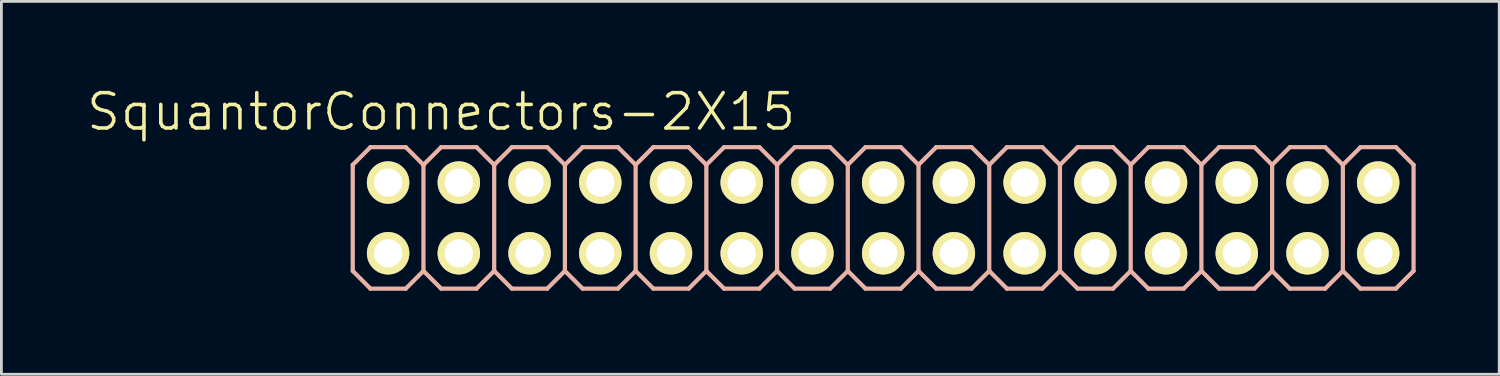
<source format=kicad_pcb>
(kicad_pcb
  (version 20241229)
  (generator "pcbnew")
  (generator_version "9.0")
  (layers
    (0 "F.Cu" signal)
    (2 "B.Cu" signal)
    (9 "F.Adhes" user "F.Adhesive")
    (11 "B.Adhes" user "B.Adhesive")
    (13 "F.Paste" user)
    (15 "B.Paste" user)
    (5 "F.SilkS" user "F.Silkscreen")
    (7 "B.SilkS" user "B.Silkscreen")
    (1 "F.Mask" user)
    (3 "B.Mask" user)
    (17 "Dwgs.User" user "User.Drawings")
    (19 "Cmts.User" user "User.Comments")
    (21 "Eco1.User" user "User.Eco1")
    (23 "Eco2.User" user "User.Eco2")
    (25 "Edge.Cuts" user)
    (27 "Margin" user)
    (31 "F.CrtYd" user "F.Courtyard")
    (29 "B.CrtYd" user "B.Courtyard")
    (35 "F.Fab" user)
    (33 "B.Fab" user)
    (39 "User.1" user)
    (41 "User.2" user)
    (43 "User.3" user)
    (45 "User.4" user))
  (footprint "SquantorConnectors-2X15"
    (layer "F.Cu")
    (at 28.669 4.776)
    (property "Reference" "SquantorConnectors-2X15" (at -15.875 -3.81 0) (layer "F.SilkS") (effects (font (size 1.27 1.27) (thickness 0.127))))
    (attr exclude_from_pos_files exclude_from_bom)
    (fp_line (start -18.034 -1.524) (end -17.523 -1.524) (stroke (width 0.066) (type solid)) (layer "F.SilkS"))
    (fp_line (start -18.034 -1.016) (end -18.034 -1.524) (stroke (width 0.066) (type solid)) (layer "F.SilkS"))
    (fp_line (start -18.034 -1.016) (end -17.523 -1.016) (stroke (width 0.066) (type solid)) (layer "F.SilkS"))
    (fp_line (start -18.034 1.016) (end -17.523 1.016) (stroke (width 0.066) (type solid)) (layer "F.SilkS"))
    (fp_line (start -18.034 1.524) (end -18.034 1.016) (stroke (width 0.066) (type solid)) (layer "F.SilkS"))
    (fp_line (start -18.034 1.524) (end -17.523 1.524) (stroke (width 0.066) (type solid)) (layer "F.SilkS"))
    (fp_line (start -17.523 -1.016) (end -17.523 -1.524) (stroke (width 0.066) (type solid)) (layer "F.SilkS"))
    (fp_line (start -17.523 1.524) (end -17.523 1.016) (stroke (width 0.066) (type solid)) (layer "F.SilkS"))
    (fp_line (start -15.494 -1.524) (end -14.986 -1.524) (stroke (width 0.066) (type solid)) (layer "F.SilkS"))
    (fp_line (start -15.494 -1.016) (end -15.494 -1.524) (stroke (width 0.066) (type solid)) (layer "F.SilkS"))
    (fp_line (start -15.494 -1.016) (end -14.986 -1.016) (stroke (width 0.066) (type solid)) (layer "F.SilkS"))
    (fp_line (start -15.494 1.016) (end -14.986 1.016) (stroke (width 0.066) (type solid)) (layer "F.SilkS"))
    (fp_line (start -15.494 1.524) (end -15.494 1.016) (stroke (width 0.066) (type solid)) (layer "F.SilkS"))
    (fp_line (start -15.494 1.524) (end -14.986 1.524) (stroke (width 0.066) (type solid)) (layer "F.SilkS"))
    (fp_line (start -14.986 -1.016) (end -14.986 -1.524) (stroke (width 0.066) (type solid)) (layer "F.SilkS"))
    (fp_line (start -14.986 1.524) (end -14.986 1.016) (stroke (width 0.066) (type solid)) (layer "F.SilkS"))
    (fp_line (start -12.954 -1.524) (end -12.446 -1.524) (stroke (width 0.066) (type solid)) (layer "F.SilkS"))
    (fp_line (start -12.954 -1.016) (end -12.954 -1.524) (stroke (width 0.066) (type solid)) (layer "F.SilkS"))
    (fp_line (start -12.954 -1.016) (end -12.446 -1.016) (stroke (width 0.066) (type solid)) (layer "F.SilkS"))
    (fp_line (start -12.954 1.016) (end -12.446 1.016) (stroke (width 0.066) (type solid)) (layer "F.SilkS"))
    (fp_line (start -12.954 1.524) (end -12.954 1.016) (stroke (width 0.066) (type solid)) (layer "F.SilkS"))
    (fp_line (start -12.954 1.524) (end -12.446 1.524) (stroke (width 0.066) (type solid)) (layer "F.SilkS"))
    (fp_line (start -12.446 -1.016) (end -12.446 -1.524) (stroke (width 0.066) (type solid)) (layer "F.SilkS"))
    (fp_line (start -12.446 1.524) (end -12.446 1.016) (stroke (width 0.066) (type solid)) (layer "F.SilkS"))
    (fp_line (start -10.414 -1.524) (end -9.906 -1.524) (stroke (width 0.066) (type solid)) (layer "F.SilkS"))
    (fp_line (start -10.414 -1.016) (end -10.414 -1.524) (stroke (width 0.066) (type solid)) (layer "F.SilkS"))
    (fp_line (start -10.414 -1.016) (end -9.906 -1.016) (stroke (width 0.066) (type solid)) (layer "F.SilkS"))
    (fp_line (start -10.414 1.016) (end -9.906 1.016) (stroke (width 0.066) (type solid)) (layer "F.SilkS"))
    (fp_line (start -10.414 1.524) (end -10.414 1.016) (stroke (width 0.066) (type solid)) (layer "F.SilkS"))
    (fp_line (start -10.414 1.524) (end -9.906 1.524) (stroke (width 0.066) (type solid)) (layer "F.SilkS"))
    (fp_line (start -9.906 -1.016) (end -9.906 -1.524) (stroke (width 0.066) (type solid)) (layer "F.SilkS"))
    (fp_line (start -9.906 1.524) (end -9.906 1.016) (stroke (width 0.066) (type solid)) (layer "F.SilkS"))
    (fp_line (start -7.874 -1.524) (end -7.366 -1.524) (stroke (width 0.066) (type solid)) (layer "F.SilkS"))
    (fp_line (start -7.874 -1.016) (end -7.874 -1.524) (stroke (width 0.066) (type solid)) (layer "F.SilkS"))
    (fp_line (start -7.874 -1.016) (end -7.366 -1.016) (stroke (width 0.066) (type solid)) (layer "F.SilkS"))
    (fp_line (start -7.874 1.016) (end -7.366 1.016) (stroke (width 0.066) (type solid)) (layer "F.SilkS"))
    (fp_line (start -7.874 1.524) (end -7.874 1.016) (stroke (width 0.066) (type solid)) (layer "F.SilkS"))
    (fp_line (start -7.874 1.524) (end -7.366 1.524) (stroke (width 0.066) (type solid)) (layer "F.SilkS"))
    (fp_line (start -7.366 -1.016) (end -7.366 -1.524) (stroke (width 0.066) (type solid)) (layer "F.SilkS"))
    (fp_line (start -7.366 1.524) (end -7.366 1.016) (stroke (width 0.066) (type solid)) (layer "F.SilkS"))
    (fp_line (start -5.334 -1.524) (end -4.826 -1.524) (stroke (width 0.066) (type solid)) (layer "F.SilkS"))
    (fp_line (start -5.334 -1.016) (end -5.334 -1.524) (stroke (width 0.066) (type solid)) (layer "F.SilkS"))
    (fp_line (start -5.334 -1.016) (end -4.826 -1.016) (stroke (width 0.066) (type solid)) (layer "F.SilkS"))
    (fp_line (start -5.334 1.016) (end -4.826 1.016) (stroke (width 0.066) (type solid)) (layer "F.SilkS"))
    (fp_line (start -5.334 1.524) (end -5.334 1.016) (stroke (width 0.066) (type solid)) (layer "F.SilkS"))
    (fp_line (start -5.334 1.524) (end -4.826 1.524) (stroke (width 0.066) (type solid)) (layer "F.SilkS"))
    (fp_line (start -4.826 -1.016) (end -4.826 -1.524) (stroke (width 0.066) (type solid)) (layer "F.SilkS"))
    (fp_line (start -4.826 1.524) (end -4.826 1.016) (stroke (width 0.066) (type solid)) (layer "F.SilkS"))
    (fp_line (start -2.794 -1.524) (end -2.286 -1.524) (stroke (width 0.066) (type solid)) (layer "F.SilkS"))
    (fp_line (start -2.794 -1.016) (end -2.794 -1.524) (stroke (width 0.066) (type solid)) (layer "F.SilkS"))
    (fp_line (start -2.794 -1.016) (end -2.286 -1.016) (stroke (width 0.066) (type solid)) (layer "F.SilkS"))
    (fp_line (start -2.794 1.016) (end -2.286 1.016) (stroke (width 0.066) (type solid)) (layer "F.SilkS"))
    (fp_line (start -2.794 1.524) (end -2.794 1.016) (stroke (width 0.066) (type solid)) (layer "F.SilkS"))
    (fp_line (start -2.794 1.524) (end -2.286 1.524) (stroke (width 0.066) (type solid)) (layer "F.SilkS"))
    (fp_line (start -2.286 -1.016) (end -2.286 -1.524) (stroke (width 0.066) (type solid)) (layer "F.SilkS"))
    (fp_line (start -2.286 1.524) (end -2.286 1.016) (stroke (width 0.066) (type solid)) (layer "F.SilkS"))
    (fp_line (start -0.254 -1.524) (end 0.254 -1.524) (stroke (width 0.066) (type solid)) (layer "F.SilkS"))
    (fp_line (start -0.254 -1.016) (end -0.254 -1.524) (stroke (width 0.066) (type solid)) (layer "F.SilkS"))
    (fp_line (start -0.254 -1.016) (end 0.254 -1.016) (stroke (width 0.066) (type solid)) (layer "F.SilkS"))
    (fp_line (start -0.254 1.016) (end 0.254 1.016) (stroke (width 0.066) (type solid)) (layer "F.SilkS"))
    (fp_line (start -0.254 1.524) (end -0.254 1.016) (stroke (width 0.066) (type solid)) (layer "F.SilkS"))
    (fp_line (start -0.254 1.524) (end 0.254 1.524) (stroke (width 0.066) (type solid)) (layer "F.SilkS"))
    (fp_line (start 0.254 -1.016) (end 0.254 -1.524) (stroke (width 0.066) (type solid)) (layer "F.SilkS"))
    (fp_line (start 0.254 1.524) (end 0.254 1.016) (stroke (width 0.066) (type solid)) (layer "F.SilkS"))
    (fp_line (start 2.286 -1.524) (end 2.794 -1.524) (stroke (width 0.066) (type solid)) (layer "F.SilkS"))
    (fp_line (start 2.286 -1.016) (end 2.286 -1.524) (stroke (width 0.066) (type solid)) (layer "F.SilkS"))
    (fp_line (start 2.286 -1.016) (end 2.794 -1.016) (stroke (width 0.066) (type solid)) (layer "F.SilkS"))
    (fp_line (start 2.286 1.016) (end 2.794 1.016) (stroke (width 0.066) (type solid)) (layer "F.SilkS"))
    (fp_line (start 2.286 1.524) (end 2.286 1.016) (stroke (width 0.066) (type solid)) (layer "F.SilkS"))
    (fp_line (start 2.286 1.524) (end 2.794 1.524) (stroke (width 0.066) (type solid)) (layer "F.SilkS"))
    (fp_line (start 2.794 -1.016) (end 2.794 -1.524) (stroke (width 0.066) (type solid)) (layer "F.SilkS"))
    (fp_line (start 2.794 1.524) (end 2.794 1.016) (stroke (width 0.066) (type solid)) (layer "F.SilkS"))
    (fp_line (start 4.826 -1.524) (end 5.334 -1.524) (stroke (width 0.066) (type solid)) (layer "F.SilkS"))
    (fp_line (start 4.826 -1.016) (end 4.826 -1.524) (stroke (width 0.066) (type solid)) (layer "F.SilkS"))
    (fp_line (start 4.826 -1.016) (end 5.334 -1.016) (stroke (width 0.066) (type solid)) (layer "F.SilkS"))
    (fp_line (start 4.826 1.016) (end 5.334 1.016) (stroke (width 0.066) (type solid)) (layer "F.SilkS"))
    (fp_line (start 4.826 1.524) (end 4.826 1.016) (stroke (width 0.066) (type solid)) (layer "F.SilkS"))
    (fp_line (start 4.826 1.524) (end 5.334 1.524) (stroke (width 0.066) (type solid)) (layer "F.SilkS"))
    (fp_line (start 5.334 -1.016) (end 5.334 -1.524) (stroke (width 0.066) (type solid)) (layer "F.SilkS"))
    (fp_line (start 5.334 1.524) (end 5.334 1.016) (stroke (width 0.066) (type solid)) (layer "F.SilkS"))
    (fp_line (start 7.366 -1.524) (end 7.874 -1.524) (stroke (width 0.066) (type solid)) (layer "F.SilkS"))
    (fp_line (start 7.366 -1.016) (end 7.366 -1.524) (stroke (width 0.066) (type solid)) (layer "F.SilkS"))
    (fp_line (start 7.366 -1.016) (end 7.874 -1.016) (stroke (width 0.066) (type solid)) (layer "F.SilkS"))
    (fp_line (start 7.366 1.016) (end 7.874 1.016) (stroke (width 0.066) (type solid)) (layer "F.SilkS"))
    (fp_line (start 7.366 1.524) (end 7.366 1.016) (stroke (width 0.066) (type solid)) (layer "F.SilkS"))
    (fp_line (start 7.366 1.524) (end 7.874 1.524) (stroke (width 0.066) (type solid)) (layer "F.SilkS"))
    (fp_line (start 7.874 -1.016) (end 7.874 -1.524) (stroke (width 0.066) (type solid)) (layer "F.SilkS"))
    (fp_line (start 7.874 1.524) (end 7.874 1.016) (stroke (width 0.066) (type solid)) (layer "F.SilkS"))
    (fp_line (start 9.906 -1.524) (end 10.414 -1.524) (stroke (width 0.066) (type solid)) (layer "F.SilkS"))
    (fp_line (start 9.906 -1.016) (end 9.906 -1.524) (stroke (width 0.066) (type solid)) (layer "F.SilkS"))
    (fp_line (start 9.906 -1.016) (end 10.414 -1.016) (stroke (width 0.066) (type solid)) (layer "F.SilkS"))
    (fp_line (start 9.906 1.016) (end 10.414 1.016) (stroke (width 0.066) (type solid)) (layer "F.SilkS"))
    (fp_line (start 9.906 1.524) (end 9.906 1.016) (stroke (width 0.066) (type solid)) (layer "F.SilkS"))
    (fp_line (start 9.906 1.524) (end 10.414 1.524) (stroke (width 0.066) (type solid)) (layer "F.SilkS"))
    (fp_line (start 10.414 -1.016) (end 10.414 -1.524) (stroke (width 0.066) (type solid)) (layer "F.SilkS"))
    (fp_line (start 10.414 1.524) (end 10.414 1.016) (stroke (width 0.066) (type solid)) (layer "F.SilkS"))
    (fp_line (start 12.446 -1.524) (end 12.954 -1.524) (stroke (width 0.066) (type solid)) (layer "F.SilkS"))
    (fp_line (start 12.446 -1.016) (end 12.446 -1.524) (stroke (width 0.066) (type solid)) (layer "F.SilkS"))
    (fp_line (start 12.446 -1.016) (end 12.954 -1.016) (stroke (width 0.066) (type solid)) (layer "F.SilkS"))
    (fp_line (start 12.446 1.016) (end 12.954 1.016) (stroke (width 0.066) (type solid)) (layer "F.SilkS"))
    (fp_line (start 12.446 1.524) (end 12.446 1.016) (stroke (width 0.066) (type solid)) (layer "F.SilkS"))
    (fp_line (start 12.446 1.524) (end 12.954 1.524) (stroke (width 0.066) (type solid)) (layer "F.SilkS"))
    (fp_line (start 12.954 -1.016) (end 12.954 -1.524) (stroke (width 0.066) (type solid)) (layer "F.SilkS"))
    (fp_line (start 12.954 1.524) (end 12.954 1.016) (stroke (width 0.066) (type solid)) (layer "F.SilkS"))
    (fp_line (start 14.986 -1.524) (end 15.494 -1.524) (stroke (width 0.066) (type solid)) (layer "F.SilkS"))
    (fp_line (start 14.986 -1.016) (end 14.986 -1.524) (stroke (width 0.066) (type solid)) (layer "F.SilkS"))
    (fp_line (start 14.986 -1.016) (end 15.494 -1.016) (stroke (width 0.066) (type solid)) (layer "F.SilkS"))
    (fp_line (start 14.986 1.016) (end 15.494 1.016) (stroke (width 0.066) (type solid)) (layer "F.SilkS"))
    (fp_line (start 14.986 1.524) (end 14.986 1.016) (stroke (width 0.066) (type solid)) (layer "F.SilkS"))
    (fp_line (start 14.986 1.524) (end 15.494 1.524) (stroke (width 0.066) (type solid)) (layer "F.SilkS"))
    (fp_line (start 15.494 -1.016) (end 15.494 -1.524) (stroke (width 0.066) (type solid)) (layer "F.SilkS"))
    (fp_line (start 15.494 1.524) (end 15.494 1.016) (stroke (width 0.066) (type solid)) (layer "F.SilkS"))
    (fp_line (start 17.523 -1.524) (end 18.034 -1.524) (stroke (width 0.066) (type solid)) (layer "F.SilkS"))
    (fp_line (start 17.523 -1.016) (end 17.523 -1.524) (stroke (width 0.066) (type solid)) (layer "F.SilkS"))
    (fp_line (start 17.523 -1.016) (end 18.034 -1.016) (stroke (width 0.066) (type solid)) (layer "F.SilkS"))
    (fp_line (start 17.523 1.016) (end 18.034 1.016) (stroke (width 0.066) (type solid)) (layer "F.SilkS"))
    (fp_line (start 17.523 1.524) (end 17.523 1.016) (stroke (width 0.066) (type solid)) (layer "F.SilkS"))
    (fp_line (start 17.523 1.524) (end 18.034 1.524) (stroke (width 0.066) (type solid)) (layer "F.SilkS"))
    (fp_line (start 18.034 -1.016) (end 18.034 -1.524) (stroke (width 0.066) (type solid)) (layer "F.SilkS"))
    (fp_line (start 18.034 1.524) (end 18.034 1.016) (stroke (width 0.066) (type solid)) (layer "F.SilkS"))
    (fp_line (start -19.05 -1.905) (end -18.415 -2.54) (stroke (width 0.152) (type solid)) (layer "B.SilkS"))
    (fp_line (start -19.05 1.905) (end -19.05 -1.905) (stroke (width 0.152) (type solid)) (layer "B.SilkS"))
    (fp_line (start -19.05 1.905) (end -18.415 2.54) (stroke (width 0.152) (type solid)) (layer "B.SilkS"))
    (fp_line (start -18.415 -2.54) (end -17.145 -2.54) (stroke (width 0.152) (type solid)) (layer "B.SilkS"))
    (fp_line (start -18.415 2.54) (end -17.145 2.54) (stroke (width 0.152) (type solid)) (layer "B.SilkS"))
    (fp_line (start -17.145 -2.54) (end -16.51 -1.905) (stroke (width 0.152) (type solid)) (layer "B.SilkS"))
    (fp_line (start -17.145 2.54) (end -16.51 1.905) (stroke (width 0.152) (type solid)) (layer "B.SilkS"))
    (fp_line (start -16.51 -1.905) (end -16.51 1.905) (stroke (width 0.152) (type solid)) (layer "B.SilkS"))
    (fp_line (start -16.51 -1.905) (end -15.875 -2.54) (stroke (width 0.152) (type solid)) (layer "B.SilkS"))
    (fp_line (start -16.51 1.905) (end -15.875 2.54) (stroke (width 0.152) (type solid)) (layer "B.SilkS"))
    (fp_line (start -15.875 -2.54) (end -14.605 -2.54) (stroke (width 0.152) (type solid)) (layer "B.SilkS"))
    (fp_line (start -15.875 2.54) (end -14.605 2.54) (stroke (width 0.152) (type solid)) (layer "B.SilkS"))
    (fp_line (start -14.605 -2.54) (end -13.97 -1.905) (stroke (width 0.152) (type solid)) (layer "B.SilkS"))
    (fp_line (start -14.605 2.54) (end -13.97 1.905) (stroke (width 0.152) (type solid)) (layer "B.SilkS"))
    (fp_line (start -13.97 -1.905) (end -13.97 1.905) (stroke (width 0.152) (type solid)) (layer "B.SilkS"))
    (fp_line (start -13.97 -1.905) (end -13.335 -2.54) (stroke (width 0.152) (type solid)) (layer "B.SilkS"))
    (fp_line (start -13.97 1.905) (end -13.335 2.54) (stroke (width 0.152) (type solid)) (layer "B.SilkS"))
    (fp_line (start -13.335 -2.54) (end -12.065 -2.54) (stroke (width 0.152) (type solid)) (layer "B.SilkS"))
    (fp_line (start -13.335 2.54) (end -12.065 2.54) (stroke (width 0.152) (type solid)) (layer "B.SilkS"))
    (fp_line (start -12.065 -2.54) (end -11.43 -1.905) (stroke (width 0.152) (type solid)) (layer "B.SilkS"))
    (fp_line (start -12.065 2.54) (end -11.43 1.905) (stroke (width 0.152) (type solid)) (layer "B.SilkS"))
    (fp_line (start -11.43 -1.905) (end -11.43 1.905) (stroke (width 0.152) (type solid)) (layer "B.SilkS"))
    (fp_line (start -11.43 -1.905) (end -10.795 -2.54) (stroke (width 0.152) (type solid)) (layer "B.SilkS"))
    (fp_line (start -11.43 1.905) (end -10.795 2.54) (stroke (width 0.152) (type solid)) (layer "B.SilkS"))
    (fp_line (start -10.795 -2.54) (end -9.525 -2.54) (stroke (width 0.152) (type solid)) (layer "B.SilkS"))
    (fp_line (start -10.795 2.54) (end -9.525 2.54) (stroke (width 0.152) (type solid)) (layer "B.SilkS"))
    (fp_line (start -9.525 -2.54) (end -8.89 -1.905) (stroke (width 0.152) (type solid)) (layer "B.SilkS"))
    (fp_line (start -9.525 2.54) (end -8.89 1.905) (stroke (width 0.152) (type solid)) (layer "B.SilkS"))
    (fp_line (start -8.89 -1.905) (end -8.89 1.905) (stroke (width 0.152) (type solid)) (layer "B.SilkS"))
    (fp_line (start -8.89 -1.905) (end -8.255 -2.54) (stroke (width 0.152) (type solid)) (layer "B.SilkS"))
    (fp_line (start -8.89 1.905) (end -8.255 2.54) (stroke (width 0.152) (type solid)) (layer "B.SilkS"))
    (fp_line (start -8.255 -2.54) (end -6.985 -2.54) (stroke (width 0.152) (type solid)) (layer "B.SilkS"))
    (fp_line (start -8.255 2.54) (end -6.985 2.54) (stroke (width 0.152) (type solid)) (layer "B.SilkS"))
    (fp_line (start -6.985 -2.54) (end -6.35 -1.905) (stroke (width 0.152) (type solid)) (layer "B.SilkS"))
    (fp_line (start -6.985 2.54) (end -6.35 1.905) (stroke (width 0.152) (type solid)) (layer "B.SilkS"))
    (fp_line (start -6.35 -1.905) (end -6.35 1.905) (stroke (width 0.152) (type solid)) (layer "B.SilkS"))
    (fp_line (start -6.35 -1.905) (end -5.715 -2.54) (stroke (width 0.152) (type solid)) (layer "B.SilkS"))
    (fp_line (start -6.35 1.905) (end -5.715 2.54) (stroke (width 0.152) (type solid)) (layer "B.SilkS"))
    (fp_line (start -5.715 -2.54) (end -4.445 -2.54) (stroke (width 0.152) (type solid)) (layer "B.SilkS"))
    (fp_line (start -5.715 2.54) (end -4.445 2.54) (stroke (width 0.152) (type solid)) (layer "B.SilkS"))
    (fp_line (start -4.445 -2.54) (end -3.81 -1.905) (stroke (width 0.152) (type solid)) (layer "B.SilkS"))
    (fp_line (start -4.445 2.54) (end -3.81 1.905) (stroke (width 0.152) (type solid)) (layer "B.SilkS"))
    (fp_line (start -3.81 -1.905) (end -3.81 1.905) (stroke (width 0.152) (type solid)) (layer "B.SilkS"))
    (fp_line (start -3.81 -1.905) (end -3.175 -2.54) (stroke (width 0.152) (type solid)) (layer "B.SilkS"))
    (fp_line (start -3.81 1.905) (end -3.175 2.54) (stroke (width 0.152) (type solid)) (layer "B.SilkS"))
    (fp_line (start -3.175 -2.54) (end -1.905 -2.54) (stroke (width 0.152) (type solid)) (layer "B.SilkS"))
    (fp_line (start -1.905 -2.54) (end -1.27 -1.905) (stroke (width 0.152) (type solid)) (layer "B.SilkS"))
    (fp_line (start -1.905 2.54) (end -3.175 2.54) (stroke (width 0.152) (type solid)) (layer "B.SilkS"))
    (fp_line (start -1.27 -1.905) (end -1.27 1.905) (stroke (width 0.152) (type solid)) (layer "B.SilkS"))
    (fp_line (start -1.27 -1.905) (end -0.635 -2.54) (stroke (width 0.152) (type solid)) (layer "B.SilkS"))
    (fp_line (start -1.27 1.905) (end -1.905 2.54) (stroke (width 0.152) (type solid)) (layer "B.SilkS"))
    (fp_line (start -1.27 1.905) (end -0.635 2.54) (stroke (width 0.152) (type solid)) (layer "B.SilkS"))
    (fp_line (start -0.635 -2.54) (end 0.635 -2.54) (stroke (width 0.152) (type solid)) (layer "B.SilkS"))
    (fp_line (start 0.635 -2.54) (end 1.27 -1.905) (stroke (width 0.152) (type solid)) (layer "B.SilkS"))
    (fp_line (start 0.635 2.54) (end -0.635 2.54) (stroke (width 0.152) (type solid)) (layer "B.SilkS"))
    (fp_line (start 1.27 -1.905) (end 1.27 1.905) (stroke (width 0.152) (type solid)) (layer "B.SilkS"))
    (fp_line (start 1.27 -1.905) (end 1.905 -2.54) (stroke (width 0.152) (type solid)) (layer "B.SilkS"))
    (fp_line (start 1.27 1.905) (end 0.635 2.54) (stroke (width 0.152) (type solid)) (layer "B.SilkS"))
    (fp_line (start 1.27 1.905) (end 1.905 2.54) (stroke (width 0.152) (type solid)) (layer "B.SilkS"))
    (fp_line (start 1.905 -2.54) (end 3.175 -2.54) (stroke (width 0.152) (type solid)) (layer "B.SilkS"))
    (fp_line (start 3.175 -2.54) (end 3.81 -1.905) (stroke (width 0.152) (type solid)) (layer "B.SilkS"))
    (fp_line (start 3.175 2.54) (end 1.905 2.54) (stroke (width 0.152) (type solid)) (layer "B.SilkS"))
    (fp_line (start 3.81 -1.905) (end 3.81 1.905) (stroke (width 0.152) (type solid)) (layer "B.SilkS"))
    (fp_line (start 3.81 -1.905) (end 4.445 -2.54) (stroke (width 0.152) (type solid)) (layer "B.SilkS"))
    (fp_line (start 3.81 1.905) (end 3.175 2.54) (stroke (width 0.152) (type solid)) (layer "B.SilkS"))
    (fp_line (start 3.81 1.905) (end 4.445 2.54) (stroke (width 0.152) (type solid)) (layer "B.SilkS"))
    (fp_line (start 4.445 -2.54) (end 5.715 -2.54) (stroke (width 0.152) (type solid)) (layer "B.SilkS"))
    (fp_line (start 5.715 -2.54) (end 6.35 -1.905) (stroke (width 0.152) (type solid)) (layer "B.SilkS"))
    (fp_line (start 5.715 2.54) (end 4.445 2.54) (stroke (width 0.152) (type solid)) (layer "B.SilkS"))
    (fp_line (start 6.35 -1.905) (end 6.35 1.905) (stroke (width 0.152) (type solid)) (layer "B.SilkS"))
    (fp_line (start 6.35 -1.905) (end 6.985 -2.54) (stroke (width 0.152) (type solid)) (layer "B.SilkS"))
    (fp_line (start 6.35 1.905) (end 5.715 2.54) (stroke (width 0.152) (type solid)) (layer "B.SilkS"))
    (fp_line (start 6.35 1.905) (end 6.985 2.54) (stroke (width 0.152) (type solid)) (layer "B.SilkS"))
    (fp_line (start 6.985 -2.54) (end 8.255 -2.54) (stroke (width 0.152) (type solid)) (layer "B.SilkS"))
    (fp_line (start 8.255 -2.54) (end 8.89 -1.905) (stroke (width 0.152) (type solid)) (layer "B.SilkS"))
    (fp_line (start 8.255 2.54) (end 6.985 2.54) (stroke (width 0.152) (type solid)) (layer "B.SilkS"))
    (fp_line (start 8.89 -1.905) (end 8.89 1.905) (stroke (width 0.152) (type solid)) (layer "B.SilkS"))
    (fp_line (start 8.89 -1.905) (end 9.525 -2.54) (stroke (width 0.152) (type solid)) (layer "B.SilkS"))
    (fp_line (start 8.89 1.905) (end 8.255 2.54) (stroke (width 0.152) (type solid)) (layer "B.SilkS"))
    (fp_line (start 8.89 1.905) (end 9.525 2.54) (stroke (width 0.152) (type solid)) (layer "B.SilkS"))
    (fp_line (start 9.525 -2.54) (end 10.795 -2.54) (stroke (width 0.152) (type solid)) (layer "B.SilkS"))
    (fp_line (start 10.795 2.54) (end 9.525 2.54) (stroke (width 0.152) (type solid)) (layer "B.SilkS"))
    (fp_line (start 11.43 -1.905) (end 10.795 -2.54) (stroke (width 0.152) (type solid)) (layer "B.SilkS"))
    (fp_line (start 11.43 -1.905) (end 11.43 1.905) (stroke (width 0.152) (type solid)) (layer "B.SilkS"))
    (fp_line (start 11.43 -1.905) (end 12.065 -2.54) (stroke (width 0.152) (type solid)) (layer "B.SilkS"))
    (fp_line (start 11.43 1.905) (end 10.795 2.54) (stroke (width 0.152) (type solid)) (layer "B.SilkS"))
    (fp_line (start 11.43 1.905) (end 12.065 2.54) (stroke (width 0.152) (type solid)) (layer "B.SilkS"))
    (fp_line (start 13.335 -2.54) (end 12.065 -2.54) (stroke (width 0.152) (type solid)) (layer "B.SilkS"))
    (fp_line (start 13.335 -2.54) (end 13.97 -1.905) (stroke (width 0.152) (type solid)) (layer "B.SilkS"))
    (fp_line (start 13.335 2.54) (end 12.065 2.54) (stroke (width 0.152) (type solid)) (layer "B.SilkS"))
    (fp_line (start 13.97 -1.905) (end 13.97 1.905) (stroke (width 0.152) (type solid)) (layer "B.SilkS"))
    (fp_line (start 13.97 -1.905) (end 14.605 -2.54) (stroke (width 0.152) (type solid)) (layer "B.SilkS"))
    (fp_line (start 13.97 1.905) (end 13.335 2.54) (stroke (width 0.152) (type solid)) (layer "B.SilkS"))
    (fp_line (start 13.97 1.905) (end 14.605 2.54) (stroke (width 0.152) (type solid)) (layer "B.SilkS"))
    (fp_line (start 15.875 -2.54) (end 14.605 -2.54) (stroke (width 0.152) (type solid)) (layer "B.SilkS"))
    (fp_line (start 15.875 -2.54) (end 16.51 -1.905) (stroke (width 0.152) (type solid)) (layer "B.SilkS"))
    (fp_line (start 15.875 2.54) (end 14.605 2.54) (stroke (width 0.152) (type solid)) (layer "B.SilkS"))
    (fp_line (start 16.51 -1.905) (end 16.51 1.905) (stroke (width 0.152) (type solid)) (layer "B.SilkS"))
    (fp_line (start 16.51 -1.905) (end 17.145 -2.54) (stroke (width 0.152) (type solid)) (layer "B.SilkS"))
    (fp_line (start 16.51 1.905) (end 15.875 2.54) (stroke (width 0.152) (type solid)) (layer "B.SilkS"))
    (fp_line (start 17.145 2.54) (end 16.51 1.905) (stroke (width 0.152) (type solid)) (layer "B.SilkS"))
    (fp_line (start 17.145 2.54) (end 18.415 2.54) (stroke (width 0.152) (type solid)) (layer "B.SilkS"))
    (fp_line (start 18.415 -2.54) (end 17.145 -2.54) (stroke (width 0.152) (type solid)) (layer "B.SilkS"))
    (fp_line (start 18.415 -2.54) (end 19.05 -1.905) (stroke (width 0.152) (type solid)) (layer "B.SilkS"))
    (fp_line (start 19.05 -1.905) (end 19.05 1.905) (stroke (width 0.152) (type solid)) (layer "B.SilkS"))
    (fp_line (start 19.05 1.905) (end 18.415 2.54) (stroke (width 0.152) (type solid)) (layer "B.SilkS"))
    (pad "1" thru_hole circle (at -17.78 1.27) (size 1.524 1.524) (drill 1.016) (layers "*.Cu" "F.Mask" "F.SilkS" "F.Paste"))
    (pad "2" thru_hole circle (at -17.78 -1.27) (size 1.524 1.524) (drill 1.016) (layers "*.Cu" "F.Mask" "F.SilkS" "F.Paste"))
    (pad "3" thru_hole circle (at -15.24 1.27) (size 1.524 1.524) (drill 1.016) (layers "*.Cu" "F.Mask" "F.SilkS" "F.Paste"))
    (pad "4" thru_hole circle (at -15.24 -1.27) (size 1.524 1.524) (drill 1.016) (layers "*.Cu" "F.Mask" "F.SilkS" "F.Paste"))
    (pad "5" thru_hole circle (at -12.7 1.27) (size 1.524 1.524) (drill 1.016) (layers "*.Cu" "F.Mask" "F.SilkS" "F.Paste"))
    (pad "6" thru_hole circle (at -12.7 -1.27) (size 1.524 1.524) (drill 1.016) (layers "*.Cu" "F.Mask" "F.SilkS" "F.Paste"))
    (pad "7" thru_hole circle (at -10.16 1.27) (size 1.524 1.524) (drill 1.016) (layers "*.Cu" "F.Mask" "F.SilkS" "F.Paste"))
    (pad "8" thru_hole circle (at -10.16 -1.27) (size 1.524 1.524) (drill 1.016) (layers "*.Cu" "F.Mask" "F.SilkS" "F.Paste"))
    (pad "9" thru_hole circle (at -7.62 1.27) (size 1.524 1.524) (drill 1.016) (layers "*.Cu" "F.Mask" "F.SilkS" "F.Paste"))
    (pad "10" thru_hole circle (at -7.62 -1.27) (size 1.524 1.524) (drill 1.016) (layers "*.Cu" "F.Mask" "F.SilkS" "F.Paste"))
    (pad "11" thru_hole circle (at -5.08 1.27) (size 1.524 1.524) (drill 1.016) (layers "*.Cu" "F.Mask" "F.SilkS" "F.Paste"))
    (pad "12" thru_hole circle (at -5.08 -1.27) (size 1.524 1.524) (drill 1.016) (layers "*.Cu" "F.Mask" "F.SilkS" "F.Paste"))
    (pad "13" thru_hole circle (at -2.54 1.27) (size 1.524 1.524) (drill 1.016) (layers "*.Cu" "F.Mask" "F.SilkS" "F.Paste"))
    (pad "14" thru_hole circle (at -2.54 -1.27) (size 1.524 1.524) (drill 1.016) (layers "*.Cu" "F.Mask" "F.SilkS" "F.Paste"))
    (pad "15" thru_hole circle (at 0 1.27) (size 1.524 1.524) (drill 1.016) (layers "*.Cu" "F.Mask" "F.SilkS" "F.Paste"))
    (pad "16" thru_hole circle (at 0 -1.27) (size 1.524 1.524) (drill 1.016) (layers "*.Cu" "F.Mask" "F.SilkS" "F.Paste"))
    (pad "17" thru_hole circle (at 2.54 1.27) (size 1.524 1.524) (drill 1.016) (layers "*.Cu" "F.Mask" "F.SilkS" "F.Paste"))
    (pad "18" thru_hole circle (at 2.54 -1.27) (size 1.524 1.524) (drill 1.016) (layers "*.Cu" "F.Mask" "F.SilkS" "F.Paste"))
    (pad "19" thru_hole circle (at 5.08 1.27) (size 1.524 1.524) (drill 1.016) (layers "*.Cu" "F.Mask" "F.SilkS" "F.Paste"))
    (pad "20" thru_hole circle (at 5.08 -1.27) (size 1.524 1.524) (drill 1.016) (layers "*.Cu" "F.Mask" "F.SilkS" "F.Paste"))
    (pad "21" thru_hole circle (at 7.62 1.27) (size 1.524 1.524) (drill 1.016) (layers "*.Cu" "F.Mask" "F.SilkS" "F.Paste"))
    (pad "22" thru_hole circle (at 7.62 -1.27) (size 1.524 1.524) (drill 1.016) (layers "*.Cu" "F.Mask" "F.SilkS" "F.Paste"))
    (pad "23" thru_hole circle (at 10.16 1.27) (size 1.524 1.524) (drill 1.016) (layers "*.Cu" "F.Mask" "F.SilkS" "F.Paste"))
    (pad "24" thru_hole circle (at 10.16 -1.27) (size 1.524 1.524) (drill 1.016) (layers "*.Cu" "F.Mask" "F.SilkS" "F.Paste"))
    (pad "25" thru_hole circle (at 12.7 1.27) (size 1.524 1.524) (drill 1.016) (layers "*.Cu" "F.Mask" "F.SilkS" "F.Paste"))
    (pad "26" thru_hole circle (at 12.7 -1.27) (size 1.524 1.524) (drill 1.016) (layers "*.Cu" "F.Mask" "F.SilkS" "F.Paste"))
    (pad "27" thru_hole circle (at 15.24 1.27) (size 1.524 1.524) (drill 1.016) (layers "*.Cu" "F.Mask" "F.SilkS" "F.Paste"))
    (pad "28" thru_hole circle (at 15.24 -1.27) (size 1.524 1.524) (drill 1.016) (layers "*.Cu" "F.Mask" "F.SilkS" "F.Paste"))
    (pad "29" thru_hole circle (at 17.78 1.27) (size 1.524 1.524) (drill 1.016) (layers "*.Cu" "F.Mask" "F.SilkS" "F.Paste"))
    (pad "30" thru_hole circle (at 17.78 -1.27) (size 1.524 1.524) (drill 1.016) (layers "*.Cu" "F.Mask" "F.SilkS" "F.Paste")))
  (gr_rect
    (start -3 -3)
    (end 50.795 10.392)
    (stroke (width 0.1) (type default))
    (fill no)
    (layer "Edge.Cuts")))
</source>
